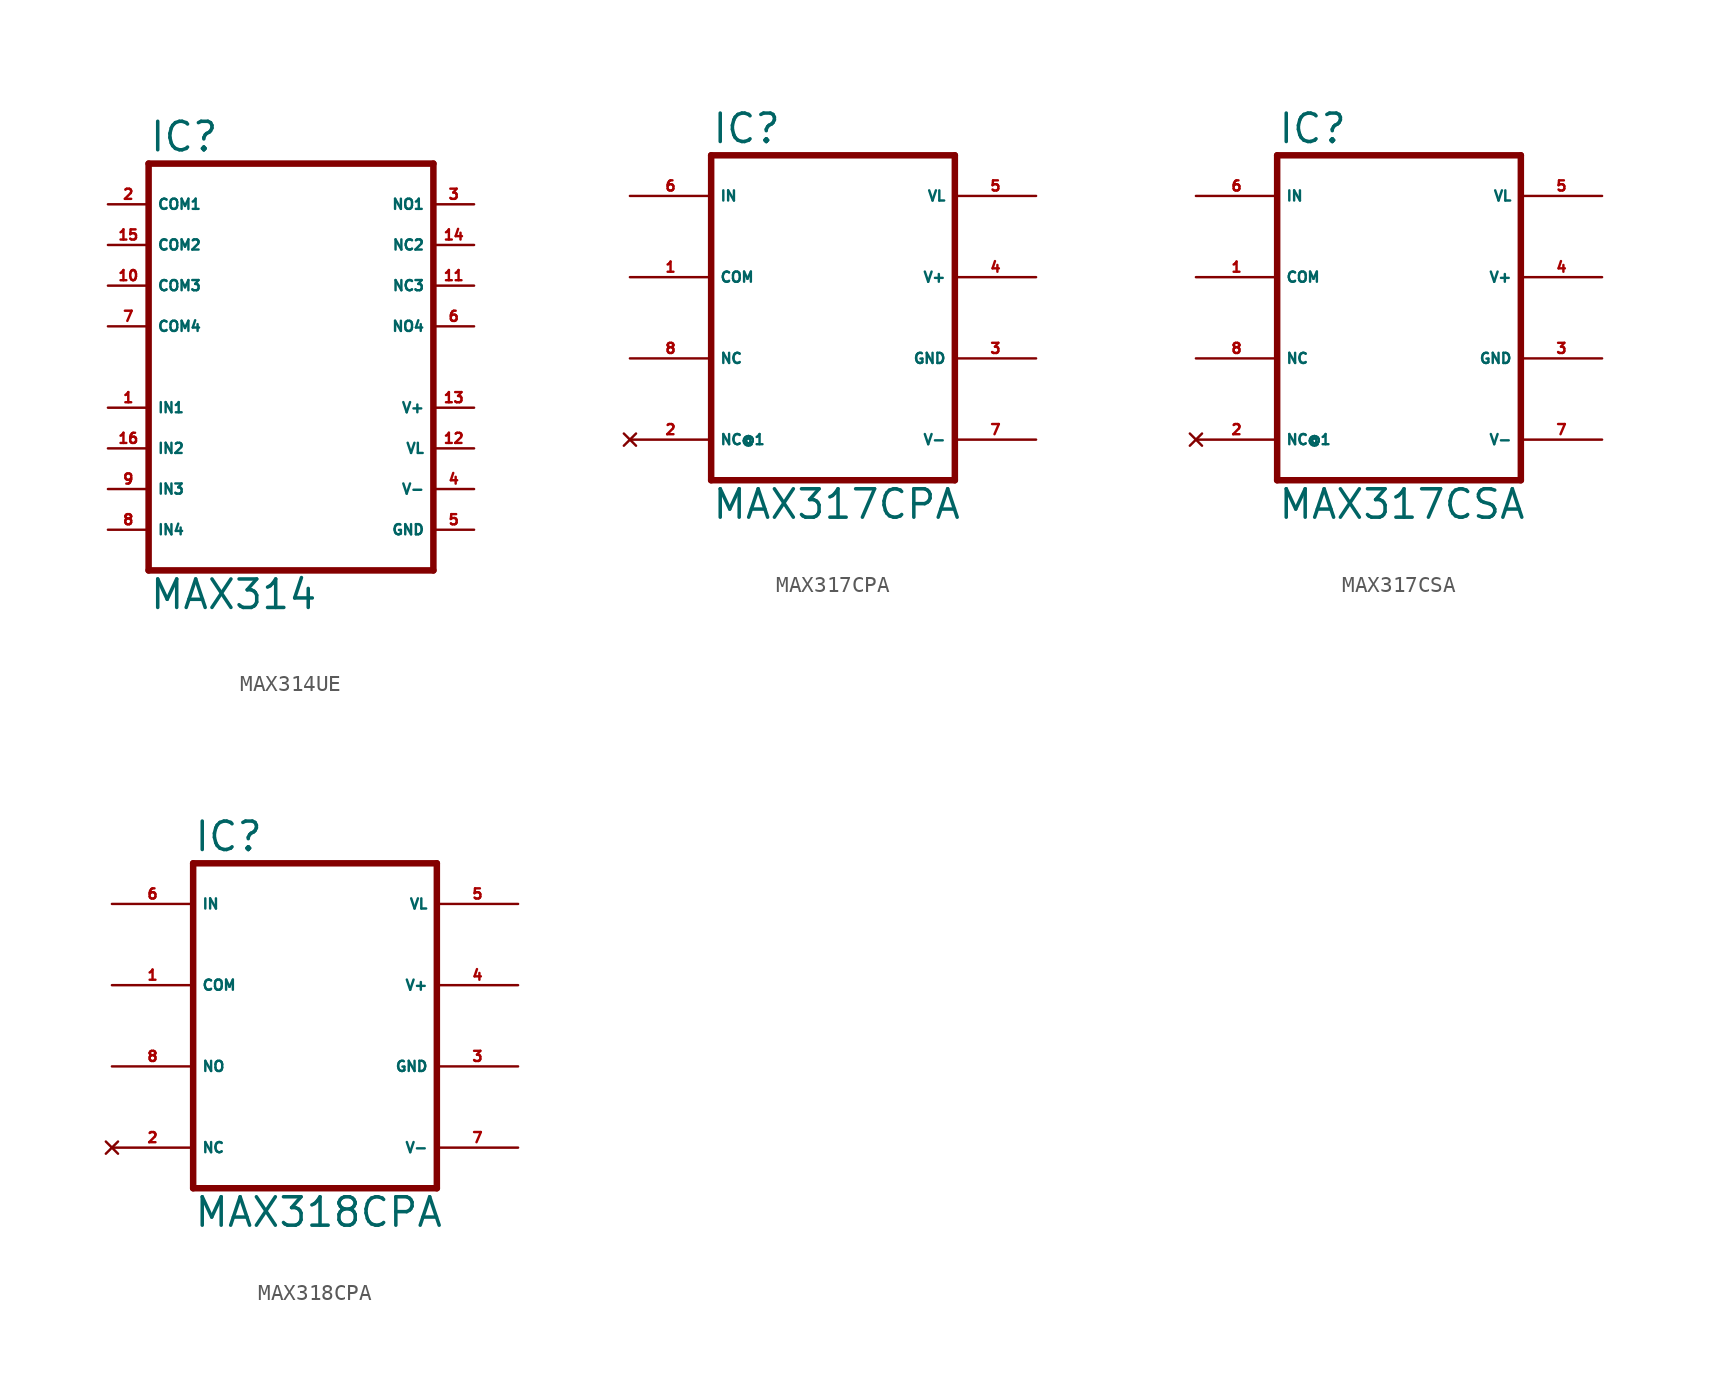
<source format=kicad_sym>
(kicad_symbol_lib
  (version 20220914)
  (generator Eagle2Kicad)
  (symbol "MAX314UE"
    (property "Reference" "IC"
      (at -10.16 13.335 0)
      (effects (font (size 1.778 1.778) (thickness 0.22)) (justify left bottom)))
    (property "Value" "MAX314"
      (at -10.16 -15.24 0)
      (effects (font (size 1.778 1.778) (thickness 0.22)) (justify left bottom)))
    (polyline
      (pts (xy 7.62 -12.7) (xy -10.16 -12.7))
      (stroke (width 0.406) (type default))
      (fill (type none)))
    (polyline
      (pts (xy -10.16 12.7) (xy -10.16 -12.7))
      (stroke (width 0.406) (type default))
      (fill (type none)))
    (polyline
      (pts (xy -10.16 12.7) (xy 7.62 12.7))
      (stroke (width 0.406) (type default))
      (fill (type none)))
    (polyline
      (pts (xy 7.62 -12.7) (xy 7.62 12.7))
      (stroke (width 0.406) (type default))
      (fill (type none)))
    (pin input line
      (at -12.7 -2.54 0)
      (length 2.54)
      (name "IN1" (effects (font (size 0.635 0.635) (thickness 0.08)) (justify left bottom)))
      (number "1" (effects (font (size 0.635 0.635) (thickness 0.08)) (justify left bottom))))
    (pin input line
      (at -12.7 -5.08 0)
      (length 2.54)
      (name "IN2" (effects (font (size 0.635 0.635) (thickness 0.08)) (justify left bottom)))
      (number "16" (effects (font (size 0.635 0.635) (thickness 0.08)) (justify left bottom))))
    (pin passive line
      (at -12.7 10.16 0)
      (length 2.54)
      (name "COM1" (effects (font (size 0.635 0.635) (thickness 0.08)) (justify left bottom)))
      (number "2" (effects (font (size 0.635 0.635) (thickness 0.08)) (justify left bottom))))
    (pin passive line
      (at -12.7 7.62 0)
      (length 2.54)
      (name "COM2" (effects (font (size 0.635 0.635) (thickness 0.08)) (justify left bottom)))
      (number "15" (effects (font (size 0.635 0.635) (thickness 0.08)) (justify left bottom))))
    (pin passive line
      (at -12.7 5.08 0)
      (length 2.54)
      (name "COM3" (effects (font (size 0.635 0.635) (thickness 0.08)) (justify left bottom)))
      (number "10" (effects (font (size 0.635 0.635) (thickness 0.08)) (justify left bottom))))
    (pin passive line
      (at 10.16 10.16 180)
      (length 2.54)
      (name "NO1" (effects (font (size 0.635 0.635) (thickness 0.08)) (justify left bottom)))
      (number "3" (effects (font (size 0.635 0.635) (thickness 0.08)) (justify left bottom))))
    (pin passive line
      (at 10.16 7.62 180)
      (length 2.54)
      (name "NC2" (effects (font (size 0.635 0.635) (thickness 0.08)) (justify left bottom)))
      (number "14" (effects (font (size 0.635 0.635) (thickness 0.08)) (justify left bottom))))
    (pin passive line
      (at 10.16 5.08 180)
      (length 2.54)
      (name "NC3" (effects (font (size 0.635 0.635) (thickness 0.08)) (justify left bottom)))
      (number "11" (effects (font (size 0.635 0.635) (thickness 0.08)) (justify left bottom))))
    (pin unspecified line
      (at 10.16 -10.16 180)
      (length 2.54)
      (name "GND" (effects (font (size 0.635 0.635) (thickness 0.08)) (justify left bottom)))
      (number "5" (effects (font (size 0.635 0.635) (thickness 0.08)) (justify left bottom))))
    (pin unspecified line
      (at 10.16 -7.62 180)
      (length 2.54)
      (name "V-" (effects (font (size 0.635 0.635) (thickness 0.08)) (justify left bottom)))
      (number "4" (effects (font (size 0.635 0.635) (thickness 0.08)) (justify left bottom))))
    (pin unspecified line
      (at 10.16 -2.54 180)
      (length 2.54)
      (name "V+" (effects (font (size 0.635 0.635) (thickness 0.08)) (justify left bottom)))
      (number "13" (effects (font (size 0.635 0.635) (thickness 0.08)) (justify left bottom))))
    (pin unspecified line
      (at 10.16 -5.08 180)
      (length 2.54)
      (name "VL" (effects (font (size 0.635 0.635) (thickness 0.08)) (justify left bottom)))
      (number "12" (effects (font (size 0.635 0.635) (thickness 0.08)) (justify left bottom))))
    (pin passive line
      (at 10.16 2.54 180)
      (length 2.54)
      (name "NO4" (effects (font (size 0.635 0.635) (thickness 0.08)) (justify left bottom)))
      (number "6" (effects (font (size 0.635 0.635) (thickness 0.08)) (justify left bottom))))
    (pin passive line
      (at -12.7 2.54 0)
      (length 2.54)
      (name "COM4" (effects (font (size 0.635 0.635) (thickness 0.08)) (justify left bottom)))
      (number "7" (effects (font (size 0.635 0.635) (thickness 0.08)) (justify left bottom))))
    (pin input line
      (at -12.7 -7.62 0)
      (length 2.54)
      (name "IN3" (effects (font (size 0.635 0.635) (thickness 0.08)) (justify left bottom)))
      (number "9" (effects (font (size 0.635 0.635) (thickness 0.08)) (justify left bottom))))
    (pin input line
      (at -12.7 -10.16 0)
      (length 2.54)
      (name "IN4" (effects (font (size 0.635 0.635) (thickness 0.08)) (justify left bottom)))
      (number "8" (effects (font (size 0.635 0.635) (thickness 0.08)) (justify left bottom)))))
  (symbol "MAX317CPA"
    (property "Reference" "IC"
      (at -7.62 10.795 0)
      (effects (font (size 1.778 1.778) (thickness 0.22)) (justify left bottom)))
    (property "Value" "MAX317CPA"
      (at -7.62 -12.7 0)
      (effects (font (size 1.778 1.778) (thickness 0.22)) (justify left bottom)))
    (polyline
      (pts (xy -7.62 -10.16) (xy 7.62 -10.16))
      (stroke (width 0.406) (type default))
      (fill (type none)))
    (polyline
      (pts (xy 7.62 -10.16) (xy 7.62 10.16))
      (stroke (width 0.406) (type default))
      (fill (type none)))
    (polyline
      (pts (xy 7.62 10.16) (xy -7.62 10.16))
      (stroke (width 0.406) (type default))
      (fill (type none)))
    (polyline
      (pts (xy -7.62 10.16) (xy -7.62 -10.16))
      (stroke (width 0.406) (type default))
      (fill (type none)))
    (pin input line
      (at -12.7 7.62 0)
      (length 5.08)
      (name "IN" (effects (font (size 0.635 0.635) (thickness 0.08)) (justify left bottom)))
      (number "6" (effects (font (size 0.635 0.635) (thickness 0.08)) (justify left bottom))))
    (pin passive line
      (at -12.7 2.54 0)
      (length 5.08)
      (name "COM" (effects (font (size 0.635 0.635) (thickness 0.08)) (justify left bottom)))
      (number "1" (effects (font (size 0.635 0.635) (thickness 0.08)) (justify left bottom))))
    (pin no_connect line
      (at -12.7 -7.62 0)
      (length 5.08)
      (name "NC@1" (effects (font (size 0.635 0.635) (thickness 0.08)) (justify left bottom) hide))
      (number "2" (effects (font (size 0.635 0.635) (thickness 0.08)) (justify left bottom) hide)))
    (pin passive line
      (at -12.7 -2.54 0)
      (length 5.08)
      (name "NC" (effects (font (size 0.635 0.635) (thickness 0.08)) (justify left bottom)))
      (number "8" (effects (font (size 0.635 0.635) (thickness 0.08)) (justify left bottom))))
    (pin unspecified line
      (at 12.7 -2.54 180)
      (length 5.08)
      (name "GND" (effects (font (size 0.635 0.635) (thickness 0.08)) (justify left bottom)))
      (number "3" (effects (font (size 0.635 0.635) (thickness 0.08)) (justify left bottom))))
    (pin unspecified line
      (at 12.7 7.62 180)
      (length 5.08)
      (name "VL" (effects (font (size 0.635 0.635) (thickness 0.08)) (justify left bottom)))
      (number "5" (effects (font (size 0.635 0.635) (thickness 0.08)) (justify left bottom))))
    (pin unspecified line
      (at 12.7 -7.62 180)
      (length 5.08)
      (name "V-" (effects (font (size 0.635 0.635) (thickness 0.08)) (justify left bottom)))
      (number "7" (effects (font (size 0.635 0.635) (thickness 0.08)) (justify left bottom))))
    (pin unspecified line
      (at 12.7 2.54 180)
      (length 5.08)
      (name "V+" (effects (font (size 0.635 0.635) (thickness 0.08)) (justify left bottom)))
      (number "4" (effects (font (size 0.635 0.635) (thickness 0.08)) (justify left bottom)))))
  (symbol "MAX317CSA"
    (property "Reference" "IC"
      (at -7.62 10.795 0)
      (effects (font (size 1.778 1.778) (thickness 0.22)) (justify left bottom)))
    (property "Value" "MAX317CSA"
      (at -7.62 -12.7 0)
      (effects (font (size 1.778 1.778) (thickness 0.22)) (justify left bottom)))
    (polyline
      (pts (xy -7.62 -10.16) (xy 7.62 -10.16))
      (stroke (width 0.406) (type default))
      (fill (type none)))
    (polyline
      (pts (xy 7.62 -10.16) (xy 7.62 10.16))
      (stroke (width 0.406) (type default))
      (fill (type none)))
    (polyline
      (pts (xy 7.62 10.16) (xy -7.62 10.16))
      (stroke (width 0.406) (type default))
      (fill (type none)))
    (polyline
      (pts (xy -7.62 10.16) (xy -7.62 -10.16))
      (stroke (width 0.406) (type default))
      (fill (type none)))
    (pin input line
      (at -12.7 7.62 0)
      (length 5.08)
      (name "IN" (effects (font (size 0.635 0.635) (thickness 0.08)) (justify left bottom)))
      (number "6" (effects (font (size 0.635 0.635) (thickness 0.08)) (justify left bottom))))
    (pin passive line
      (at -12.7 2.54 0)
      (length 5.08)
      (name "COM" (effects (font (size 0.635 0.635) (thickness 0.08)) (justify left bottom)))
      (number "1" (effects (font (size 0.635 0.635) (thickness 0.08)) (justify left bottom))))
    (pin no_connect line
      (at -12.7 -7.62 0)
      (length 5.08)
      (name "NC@1" (effects (font (size 0.635 0.635) (thickness 0.08)) (justify left bottom) hide))
      (number "2" (effects (font (size 0.635 0.635) (thickness 0.08)) (justify left bottom) hide)))
    (pin passive line
      (at -12.7 -2.54 0)
      (length 5.08)
      (name "NC" (effects (font (size 0.635 0.635) (thickness 0.08)) (justify left bottom)))
      (number "8" (effects (font (size 0.635 0.635) (thickness 0.08)) (justify left bottom))))
    (pin unspecified line
      (at 12.7 -2.54 180)
      (length 5.08)
      (name "GND" (effects (font (size 0.635 0.635) (thickness 0.08)) (justify left bottom)))
      (number "3" (effects (font (size 0.635 0.635) (thickness 0.08)) (justify left bottom))))
    (pin unspecified line
      (at 12.7 7.62 180)
      (length 5.08)
      (name "VL" (effects (font (size 0.635 0.635) (thickness 0.08)) (justify left bottom)))
      (number "5" (effects (font (size 0.635 0.635) (thickness 0.08)) (justify left bottom))))
    (pin unspecified line
      (at 12.7 -7.62 180)
      (length 5.08)
      (name "V-" (effects (font (size 0.635 0.635) (thickness 0.08)) (justify left bottom)))
      (number "7" (effects (font (size 0.635 0.635) (thickness 0.08)) (justify left bottom))))
    (pin unspecified line
      (at 12.7 2.54 180)
      (length 5.08)
      (name "V+" (effects (font (size 0.635 0.635) (thickness 0.08)) (justify left bottom)))
      (number "4" (effects (font (size 0.635 0.635) (thickness 0.08)) (justify left bottom)))))
  (symbol "MAX318CPA"
    (property "Reference" "IC"
      (at -7.62 10.795 0)
      (effects (font (size 1.778 1.778) (thickness 0.22)) (justify left bottom)))
    (property "Value" "MAX318CPA"
      (at -7.62 -12.7 0)
      (effects (font (size 1.778 1.778) (thickness 0.22)) (justify left bottom)))
    (polyline
      (pts (xy -7.62 -10.16) (xy 7.62 -10.16))
      (stroke (width 0.406) (type default))
      (fill (type none)))
    (polyline
      (pts (xy 7.62 -10.16) (xy 7.62 10.16))
      (stroke (width 0.406) (type default))
      (fill (type none)))
    (polyline
      (pts (xy 7.62 10.16) (xy -7.62 10.16))
      (stroke (width 0.406) (type default))
      (fill (type none)))
    (polyline
      (pts (xy -7.62 10.16) (xy -7.62 -10.16))
      (stroke (width 0.406) (type default))
      (fill (type none)))
    (pin input line
      (at -12.7 7.62 0)
      (length 5.08)
      (name "IN" (effects (font (size 0.635 0.635) (thickness 0.08)) (justify left bottom)))
      (number "6" (effects (font (size 0.635 0.635) (thickness 0.08)) (justify left bottom))))
    (pin passive line
      (at -12.7 2.54 0)
      (length 5.08)
      (name "COM" (effects (font (size 0.635 0.635) (thickness 0.08)) (justify left bottom)))
      (number "1" (effects (font (size 0.635 0.635) (thickness 0.08)) (justify left bottom))))
    (pin no_connect line
      (at -12.7 -7.62 0)
      (length 5.08)
      (name "NC" (effects (font (size 0.635 0.635) (thickness 0.08)) (justify left bottom) hide))
      (number "2" (effects (font (size 0.635 0.635) (thickness 0.08)) (justify left bottom) hide)))
    (pin passive line
      (at -12.7 -2.54 0)
      (length 5.08)
      (name "NO" (effects (font (size 0.635 0.635) (thickness 0.08)) (justify left bottom)))
      (number "8" (effects (font (size 0.635 0.635) (thickness 0.08)) (justify left bottom))))
    (pin unspecified line
      (at 12.7 -2.54 180)
      (length 5.08)
      (name "GND" (effects (font (size 0.635 0.635) (thickness 0.08)) (justify left bottom)))
      (number "3" (effects (font (size 0.635 0.635) (thickness 0.08)) (justify left bottom))))
    (pin unspecified line
      (at 12.7 7.62 180)
      (length 5.08)
      (name "VL" (effects (font (size 0.635 0.635) (thickness 0.08)) (justify left bottom)))
      (number "5" (effects (font (size 0.635 0.635) (thickness 0.08)) (justify left bottom))))
    (pin unspecified line
      (at 12.7 -7.62 180)
      (length 5.08)
      (name "V-" (effects (font (size 0.635 0.635) (thickness 0.08)) (justify left bottom)))
      (number "7" (effects (font (size 0.635 0.635) (thickness 0.08)) (justify left bottom))))
    (pin unspecified line
      (at 12.7 2.54 180)
      (length 5.08)
      (name "V+" (effects (font (size 0.635 0.635) (thickness 0.08)) (justify left bottom)))
      (number "4" (effects (font (size 0.635 0.635) (thickness 0.08)) (justify left bottom))))))
</source>
